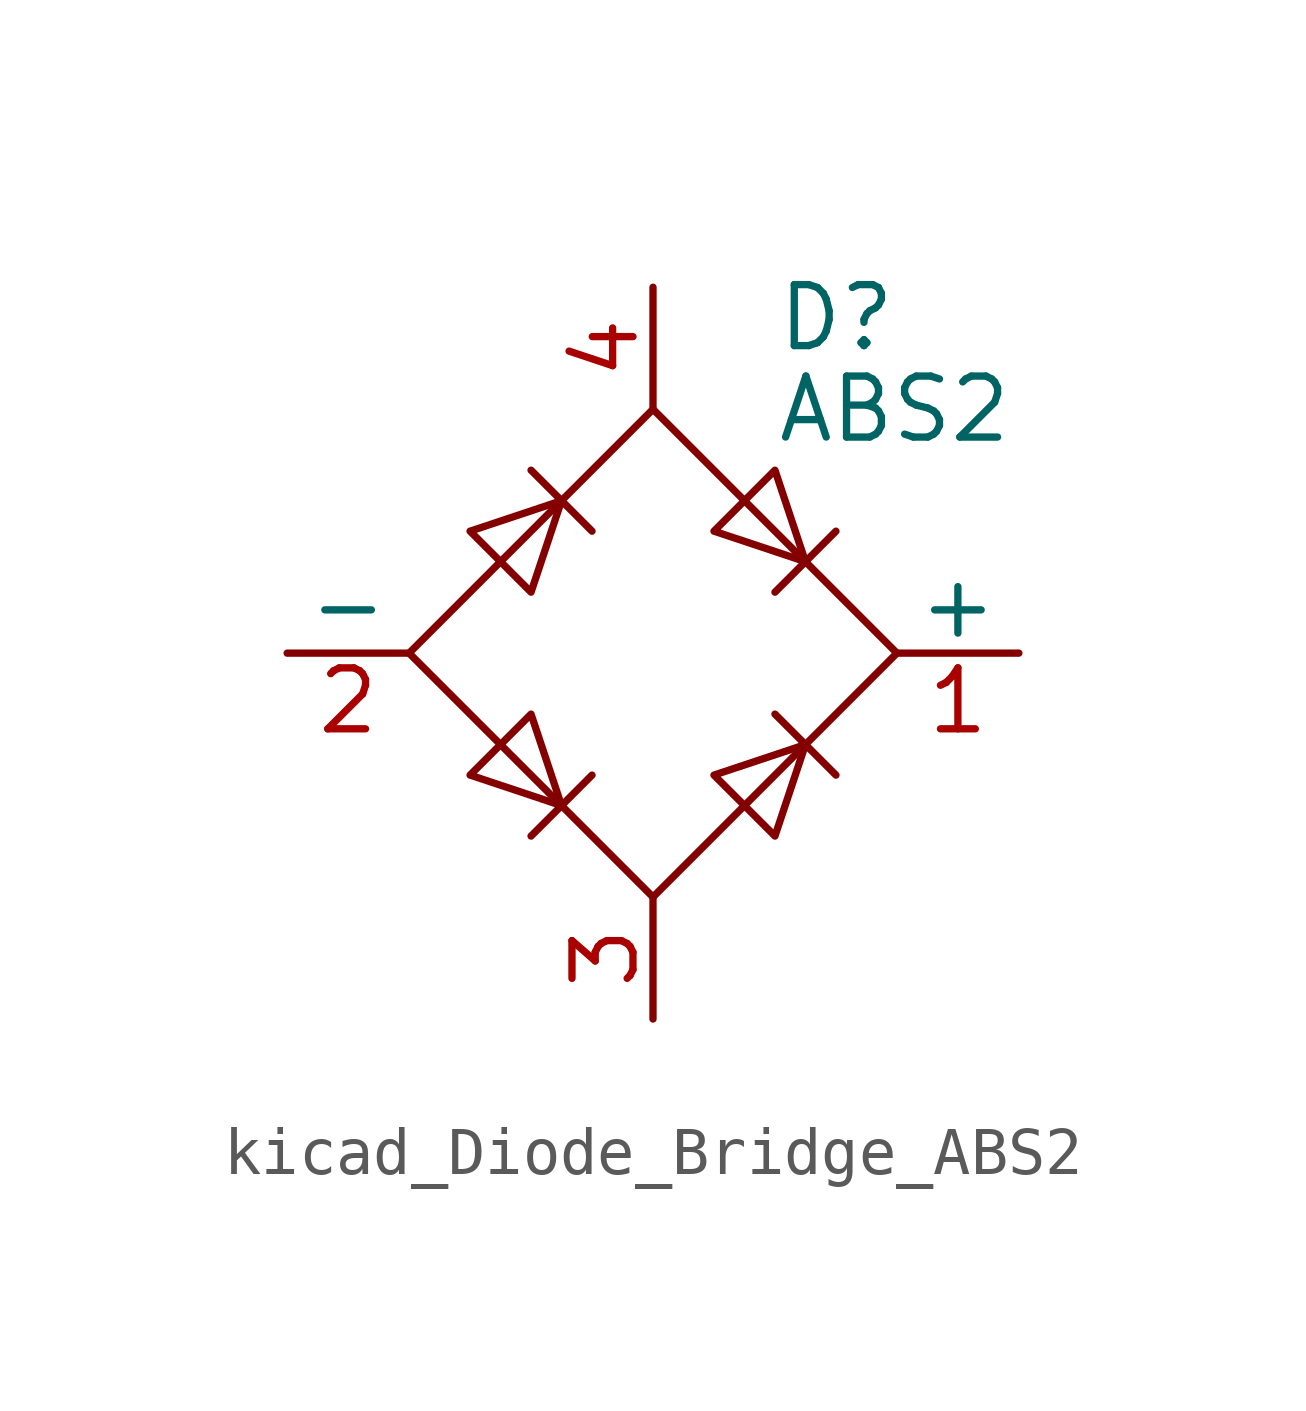
<source format=kicad_sym>
(kicad_symbol_lib
  (version 20220914)
  (generator kicad_symbol_editor)
  (symbol "kicad_Diode_Bridge_ABS2"
    (pin_names
      (offset 0))
    (property "Reference" "D"
      (at 2.54 6.985 0)
      (effects (font (size 1.27 1.27)) (justify left)))
    (property "Value" "ABS2"
      (at 2.54 5.08 0)
      (effects (font (size 1.27 1.27)) (justify left)))
    (symbol "kicad_Diode_Bridge_ABS2_0_1"
      (polyline (pts (xy -2.54 3.81) (xy -1.27 2.54)) (stroke (width 0) (type default)) (fill (type none)))
      (polyline (pts (xy -1.27 -2.54) (xy -2.54 -3.81)) (stroke (width 0) (type default)) (fill (type none)))
      (polyline (pts (xy 2.54 -1.27) (xy 3.81 -2.54)) (stroke (width 0) (type default)) (fill (type none)))
      (polyline (pts (xy 2.54 1.27) (xy 3.81 2.54)) (stroke (width 0) (type default)) (fill (type none)))
      (polyline (pts (xy -3.81 2.54) (xy -2.54 1.27) (xy -1.905 3.175) (xy -3.81 2.54)) (stroke (width 0) (type default)) (fill (type none)))
      (polyline (pts (xy -2.54 -1.27) (xy -3.81 -2.54) (xy -1.905 -3.175) (xy -2.54 -1.27)) (stroke (width 0) (type default)) (fill (type none)))
      (polyline (pts (xy 1.27 2.54) (xy 2.54 3.81) (xy 3.175 1.905) (xy 1.27 2.54)) (stroke (width 0) (type default)) (fill (type none)))
      (polyline (pts (xy 3.175 -1.905) (xy 1.27 -2.54) (xy 2.54 -3.81) (xy 3.175 -1.905)) (stroke (width 0) (type default)) (fill (type none)))
      (polyline (pts (xy -5.08 0) (xy 0 -5.08) (xy 5.08 0) (xy 0 5.08) (xy -5.08 0)) (stroke (width 0) (type default)) (fill (type none))))
    (symbol "kicad_Diode_Bridge_ABS2_1_1"
      (pin passive line (at 7.62 0 180) (length 2.54) (name "+" (effects (font (size 1.27 1.27)))) (number "1" (effects (font (size 1.27 1.27)))))
      (pin passive line (at -7.62 0 0) (length 2.54) (name "-" (effects (font (size 1.27 1.27)))) (number "2" (effects (font (size 1.27 1.27)))))
      (pin passive line (at 0 -7.62 90) (length 2.54) (name "~" (effects (font (size 1.27 1.27)))) (number "3" (effects (font (size 1.27 1.27)))))
      (pin passive line (at 0 7.62 270) (length 2.54) (name "~" (effects (font (size 1.27 1.27)))) (number "4" (effects (font (size 1.27 1.27))))))))
</source>
